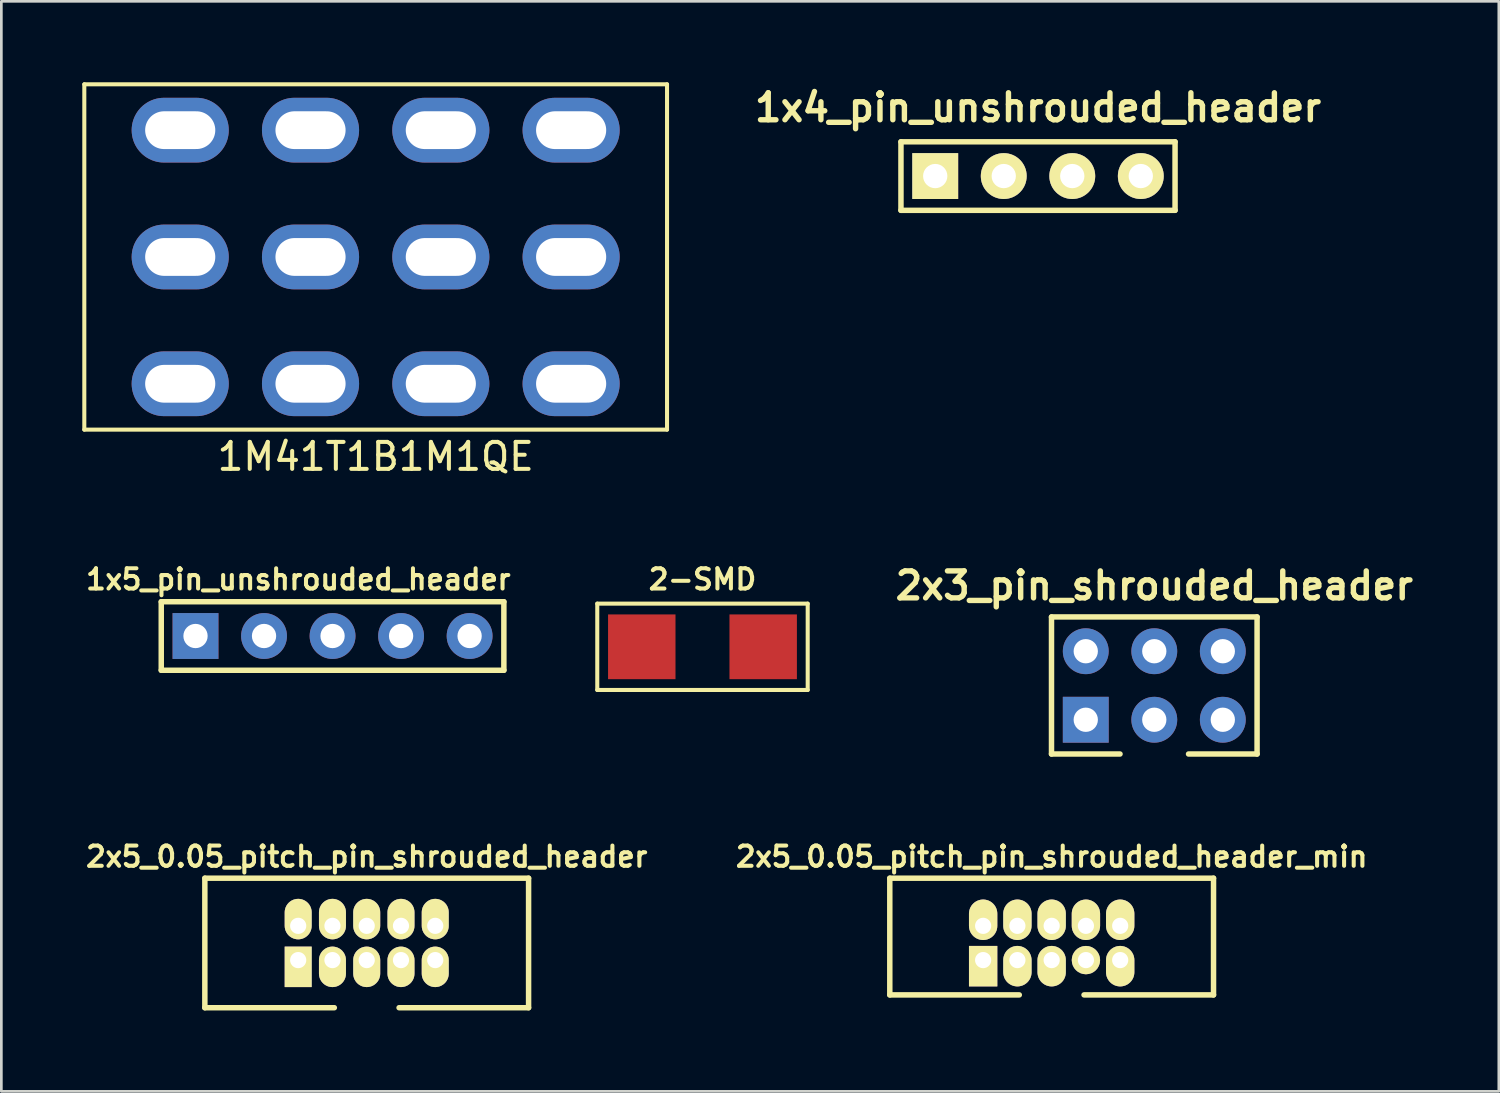
<source format=kicad_pcb>
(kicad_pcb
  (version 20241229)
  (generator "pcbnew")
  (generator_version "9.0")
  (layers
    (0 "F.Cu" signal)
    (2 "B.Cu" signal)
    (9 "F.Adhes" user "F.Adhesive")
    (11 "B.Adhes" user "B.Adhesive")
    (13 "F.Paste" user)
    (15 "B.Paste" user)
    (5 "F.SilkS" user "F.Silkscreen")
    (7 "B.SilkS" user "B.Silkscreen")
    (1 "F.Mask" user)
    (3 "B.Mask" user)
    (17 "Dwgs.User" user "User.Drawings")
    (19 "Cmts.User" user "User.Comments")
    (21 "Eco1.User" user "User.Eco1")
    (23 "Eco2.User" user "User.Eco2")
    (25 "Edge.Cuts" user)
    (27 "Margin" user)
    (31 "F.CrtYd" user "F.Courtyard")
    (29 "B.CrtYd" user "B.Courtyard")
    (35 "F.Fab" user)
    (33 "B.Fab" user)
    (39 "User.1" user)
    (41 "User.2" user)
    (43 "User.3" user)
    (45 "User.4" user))
  (footprint "1M41T1B1M1QE"
    (layer "F.Cu")
    (at 10.875 6.475)
    (property "Reference" "1M41T1B1M1QE" (at 0 7.4 0) (layer "F.SilkS") (effects (font (size 1 1) (thickness 0.15))))
    (attr through_hole)
    (fp_line (start -10.8 -6.4) (end 10.8 -6.4) (stroke (width 0.15) (type solid)) (layer "F.SilkS"))
    (fp_line (start -10.8 6.4) (end -10.8 -6.4) (stroke (width 0.15) (type solid)) (layer "F.SilkS"))
    (fp_line (start 10.8 -6.4) (end 10.8 6.4) (stroke (width 0.15) (type solid)) (layer "F.SilkS"))
    (fp_line (start 10.8 6.4) (end -10.8 6.4) (stroke (width 0.15) (type solid)) (layer "F.SilkS"))
    (pad "" thru_hole oval (at -7.245 -4.7) (size 3.6 2.4) (drill oval 2.6 1.4) (layers "*.Cu" "*.Mask"))
    (pad "" thru_hole oval (at -2.415 -4.7) (size 3.6 2.4) (drill oval 2.6 1.4) (layers "*.Cu" "*.Mask"))
    (pad "" thru_hole oval (at 2.415 -4.7) (size 3.6 2.4) (drill oval 2.6 1.4) (layers "*.Cu" "*.Mask"))
    (pad "" thru_hole oval (at 7.245 -4.7) (size 3.6 2.4) (drill oval 2.6 1.4) (layers "*.Cu" "*.Mask"))
    (pad "1" thru_hole oval (at 7.245 4.7) (size 3.6 2.4) (drill oval 2.6 1.4) (layers "*.Cu" "*.Mask"))
    (pad "2" thru_hole oval (at 7.245 0) (size 3.6 2.4) (drill oval 2.6 1.4) (layers "*.Cu" "*.Mask"))
    (pad "3" thru_hole oval (at 2.415 4.7) (size 3.6 2.4) (drill oval 2.6 1.4) (layers "*.Cu" "*.Mask"))
    (pad "4" thru_hole oval (at 2.415 0) (size 3.6 2.4) (drill oval 2.6 1.4) (layers "*.Cu" "*.Mask"))
    (pad "5" thru_hole oval (at -2.415 4.7) (size 3.6 2.4) (drill oval 2.6 1.4) (layers "*.Cu" "*.Mask"))
    (pad "6" thru_hole oval (at -2.415 0) (size 3.6 2.4) (drill oval 2.6 1.4) (layers "*.Cu" "*.Mask"))
    (pad "7" thru_hole oval (at -7.245 4.7) (size 3.6 2.4) (drill oval 2.6 1.4) (layers "*.Cu" "*.Mask"))
    (pad "8" thru_hole oval (at -7.245 0) (size 3.6 2.4) (drill oval 2.6 1.4) (layers "*.Cu" "*.Mask")))
  (footprint "2x5_0.05_pitch_pin_shrouded_header"
    (layer "F.Cu")
    (at 10.543 31.903)
    (property "Reference" "2x5_0.05_pitch_pin_shrouded_header" (at 0 -3.2 0) (layer "F.SilkS") (effects (font (size 0.75 0.75) (thickness 0.15))))
    (attr through_hole)
    (fp_line (start -6 -2.4) (end 6 -2.4) (stroke (width 0.203) (type solid)) (layer "F.SilkS"))
    (fp_line (start -6 2.4) (end -6 -2.4) (stroke (width 0.203) (type solid)) (layer "F.SilkS"))
    (fp_line (start -6 2.4) (end -1.2 2.4) (stroke (width 0.203) (type solid)) (layer "F.SilkS"))
    (fp_line (start 1.2 2.4) (end 6 2.4) (stroke (width 0.203) (type solid)) (layer "F.SilkS"))
    (fp_line (start 6 -2.4) (end 6 2.4) (stroke (width 0.203) (type solid)) (layer "F.SilkS"))
    (pad "1" thru_hole rect (at -2.54 0.635) (size 1 1.5) (drill 0.6 (offset 0 0.25)) (layers "*.Cu" "*.Mask" "F.SilkS"))
    (pad "2" thru_hole oval (at -2.54 -0.635) (size 1 1.5) (drill 0.6 (offset 0 -0.25)) (layers "*.Cu" "*.Mask" "F.SilkS"))
    (pad "3" thru_hole oval (at -1.27 0.635) (size 1 1.5) (drill 0.6 (offset 0 0.25)) (layers "*.Cu" "*.Mask" "F.SilkS"))
    (pad "4" thru_hole oval (at -1.27 -0.635) (size 1 1.5) (drill 0.6 (offset 0 -0.25)) (layers "*.Cu" "*.Mask" "F.SilkS"))
    (pad "5" thru_hole oval (at 0 0.635) (size 1 1.5) (drill 0.6 (offset 0 0.25)) (layers "*.Cu" "*.Mask" "F.SilkS"))
    (pad "6" thru_hole oval (at 0 -0.635) (size 1 1.5) (drill 0.6 (offset 0 -0.25)) (layers "*.Cu" "*.Mask" "F.SilkS"))
    (pad "7" thru_hole oval (at 1.27 0.635) (size 1 1.5) (drill 0.6 (offset 0 0.25)) (layers "*.Cu" "*.Mask" "F.SilkS"))
    (pad "8" thru_hole oval (at 1.27 -0.635) (size 1 1.5) (drill 0.6 (offset 0 -0.25)) (layers "*.Cu" "*.Mask" "F.SilkS"))
    (pad "9" thru_hole oval (at 2.54 0.635) (size 1 1.5) (drill 0.6 (offset 0 0.25)) (layers "*.Cu" "*.Mask" "F.SilkS"))
    (pad "10" thru_hole oval (at 2.54 -0.635) (size 1 1.5) (drill 0.6 (offset 0 -0.25)) (layers "*.Cu" "*.Mask" "F.SilkS")))
  (footprint "2x5_0.05_pitch_pin_shrouded_header_min"
    (layer "F.Cu")
    (at 35.932 31.903)
    (property "Reference" "2x5_0.05_pitch_pin_shrouded_header_min" (at 0 -3.2 0) (layer "F.SilkS") (effects (font (size 0.75 0.75) (thickness 0.15))))
    (attr through_hole)
    (fp_line (start -6 -2.4) (end 6 -2.4) (stroke (width 0.203) (type solid)) (layer "F.SilkS"))
    (fp_line (start -6 1.925) (end -6 -2.4) (stroke (width 0.203) (type solid)) (layer "F.SilkS"))
    (fp_line (start -6 1.925) (end -1.2 1.925) (stroke (width 0.203) (type solid)) (layer "F.SilkS"))
    (fp_line (start 1.2 1.925) (end 6 1.925) (stroke (width 0.203) (type solid)) (layer "F.SilkS"))
    (fp_line (start 6 -2.4) (end 6 1.925) (stroke (width 0.203) (type solid)) (layer "F.SilkS"))
    (pad "1" thru_hole rect (at -2.54 0.635) (size 1.05 1.5) (drill 0.6 (offset 0 0.225)) (layers "*.Cu" "*.Mask" "F.SilkS"))
    (pad "2" thru_hole oval (at -2.54 -0.635) (size 1.05 1.5) (drill 0.6 (offset 0 -0.225)) (layers "*.Cu" "*.Mask" "F.SilkS"))
    (pad "3" thru_hole oval (at -1.27 0.635) (size 1.05 1.5) (drill 0.6 (offset 0 0.225)) (layers "*.Cu" "*.Mask" "F.SilkS"))
    (pad "4" thru_hole oval (at -1.27 -0.635) (size 1.05 1.5) (drill 0.6 (offset 0 -0.225)) (layers "*.Cu" "*.Mask" "F.SilkS"))
    (pad "5" thru_hole oval (at 0 0.635) (size 1.05 1.5) (drill 0.6 (offset 0 0.225)) (layers "*.Cu" "*.Mask" "F.SilkS"))
    (pad "6" thru_hole oval (at 0 -0.635) (size 1.05 1.5) (drill 0.6 (offset 0 -0.225)) (layers "*.Cu" "*.Mask" "F.SilkS"))
    (pad "7" thru_hole oval (at 1.27 0.635) (size 1.05 1.05) (drill 0.6) (layers "*.Cu" "*.Mask" "F.SilkS"))
    (pad "8" thru_hole oval (at 1.27 -0.635) (size 1.05 1.5) (drill 0.6 (offset 0 -0.225)) (layers "*.Cu" "*.Mask" "F.SilkS"))
    (pad "9" thru_hole oval (at 2.54 0.635) (size 1.05 1.5) (drill 0.6 (offset 0 0.225)) (layers "*.Cu" "*.Mask" "F.SilkS"))
    (pad "10" thru_hole oval (at 2.54 -0.635) (size 1.05 1.5) (drill 0.6 (offset 0 -0.225)) (layers "*.Cu" "*.Mask" "F.SilkS")))
  (footprint "1x5_pin_unshrouded_header"
    (layer "F.Cu")
    (at 9.277 20.525)
    (property "Reference" "1x5_pin_unshrouded_header" (at -1.27 -2.1 0) (layer "F.SilkS") (effects (font (size 0.75 0.75) (thickness 0.15))))
    (attr through_hole)
    (fp_line (start -6.35 -1.27) (end 6.35 -1.27) (stroke (width 0.203) (type solid)) (layer "F.SilkS"))
    (fp_line (start -6.35 1.27) (end -6.35 -1.27) (stroke (width 0.203) (type solid)) (layer "F.SilkS"))
    (fp_line (start -6.35 1.27) (end 6.35 1.27) (stroke (width 0.203) (type solid)) (layer "F.SilkS"))
    (fp_line (start 6.35 -1.27) (end 6.35 1.27) (stroke (width 0.203) (type solid)) (layer "F.SilkS"))
    (pad "1" thru_hole rect (at -5.08 0) (size 1.7 1.7) (drill 0.9) (layers "*.Cu" "*.Mask"))
    (pad "2" thru_hole circle (at -2.54 0) (size 1.7 1.7) (drill 0.9) (layers "*.Cu" "*.Mask"))
    (pad "3" thru_hole circle (at 0 0) (size 1.7 1.7) (drill 0.9) (layers "*.Cu" "*.Mask"))
    (pad "4" thru_hole circle (at 2.54 0) (size 1.7 1.7) (drill 0.9) (layers "*.Cu" "*.Mask"))
    (pad "5" thru_hole circle (at 5.08 0) (size 1.7 1.7) (drill 0.9) (layers "*.Cu" "*.Mask")))
  (footprint "2x3_pin_shrouded_header"
    (layer "F.Cu")
    (at 39.736 22.359)
    (property "Reference" "2x3_pin_shrouded_header" (at 0 -3.7 0) (layer "F.SilkS") (effects (font (size 1 1) (thickness 0.2))))
    (attr through_hole)
    (fp_line (start -3.81 -2.54) (end 3.81 -2.54) (stroke (width 0.203) (type solid)) (layer "F.SilkS"))
    (fp_line (start -3.81 2.54) (end -3.81 -2.54) (stroke (width 0.203) (type solid)) (layer "F.SilkS"))
    (fp_line (start -3.81 2.54) (end -1.27 2.54) (stroke (width 0.203) (type solid)) (layer "F.SilkS"))
    (fp_line (start 1.27 2.54) (end 3.81 2.54) (stroke (width 0.203) (type solid)) (layer "F.SilkS"))
    (fp_line (start 3.81 -2.54) (end 3.81 2.54) (stroke (width 0.203) (type solid)) (layer "F.SilkS"))
    (pad "1" thru_hole rect (at -2.54 1.27) (size 1.7 1.7) (drill 0.9) (layers "*.Cu" "*.Mask"))
    (pad "2" thru_hole circle (at -2.54 -1.27) (size 1.7 1.7) (drill 0.9) (layers "*.Cu" "*.Mask"))
    (pad "3" thru_hole circle (at 0 1.27) (size 1.7 1.7) (drill 0.9) (layers "*.Cu" "*.Mask"))
    (pad "4" thru_hole circle (at 0 -1.27) (size 1.7 1.7) (drill 0.9) (layers "*.Cu" "*.Mask"))
    (pad "5" thru_hole circle (at 2.54 1.27) (size 1.7 1.7) (drill 0.9) (layers "*.Cu" "*.Mask"))
    (pad "6" thru_hole circle (at 2.54 -1.27) (size 1.7 1.7) (drill 0.9) (layers "*.Cu" "*.Mask")))
  (footprint "2-SMD"
    (layer "F.Cu")
    (at 22.989 20.925)
    (property "Reference" "2-SMD" (at 0 -2.5 180) (layer "F.SilkS") (effects (font (size 0.75 0.75) (thickness 0.15))))
    (attr smd)
    (fp_line (start -3.9 -1.6) (end -3.9 1.6) (stroke (width 0.15) (type solid)) (layer "F.SilkS"))
    (fp_line (start -3.9 -1.6) (end 3.9 -1.6) (stroke (width 0.15) (type solid)) (layer "F.SilkS"))
    (fp_line (start -3.9 1.6) (end 3.9 1.6) (stroke (width 0.15) (type solid)) (layer "F.SilkS"))
    (fp_line (start 3.9 -1.6) (end 3.9 1.6) (stroke (width 0.15) (type solid)) (layer "F.SilkS"))
    (pad "1" smd rect (at -2.25 0) (size 2.5 2.4) (layers "F.Cu" "F.Mask"))
    (pad "2" smd rect (at 2.25 0) (size 2.5 2.4) (layers "F.Cu" "F.Mask")))
  (footprint "1x4_pin_unshrouded_header"
    (layer "F.Cu")
    (at 35.426 3.476)
    (property "Reference" "1x4_pin_unshrouded_header" (at 0 -2.54 0) (layer "F.SilkS") (effects (font (size 1 1) (thickness 0.2))))
    (attr through_hole)
    (fp_line (start -5.08 -1.27) (end 5.08 -1.27) (stroke (width 0.203) (type solid)) (layer "F.SilkS"))
    (fp_line (start -5.08 1.27) (end -5.08 -1.27) (stroke (width 0.203) (type solid)) (layer "F.SilkS"))
    (fp_line (start -5.08 1.27) (end 5.08 1.27) (stroke (width 0.203) (type solid)) (layer "F.SilkS"))
    (fp_line (start 5.08 -1.27) (end 5.08 1.27) (stroke (width 0.203) (type solid)) (layer "F.SilkS"))
    (pad "1" thru_hole rect (at -3.81 0) (size 1.7 1.7) (drill 0.9) (layers "*.Cu" "*.Mask" "F.SilkS"))
    (pad "2" thru_hole circle (at -1.27 0) (size 1.7 1.7) (drill 0.9) (layers "*.Cu" "*.Mask" "F.SilkS"))
    (pad "3" thru_hole circle (at 1.27 0) (size 1.7 1.7) (drill 0.9) (layers "*.Cu" "*.Mask" "F.SilkS"))
    (pad "4" thru_hole circle (at 3.81 0) (size 1.7 1.7) (drill 0.9) (layers "*.Cu" "*.Mask" "F.SilkS")))
  (gr_rect
    (start -3 -3)
    (end 52.507 37.404)
    (stroke (width 0.1) (type default))
    (fill no)
    (layer "Edge.Cuts")))
</source>
